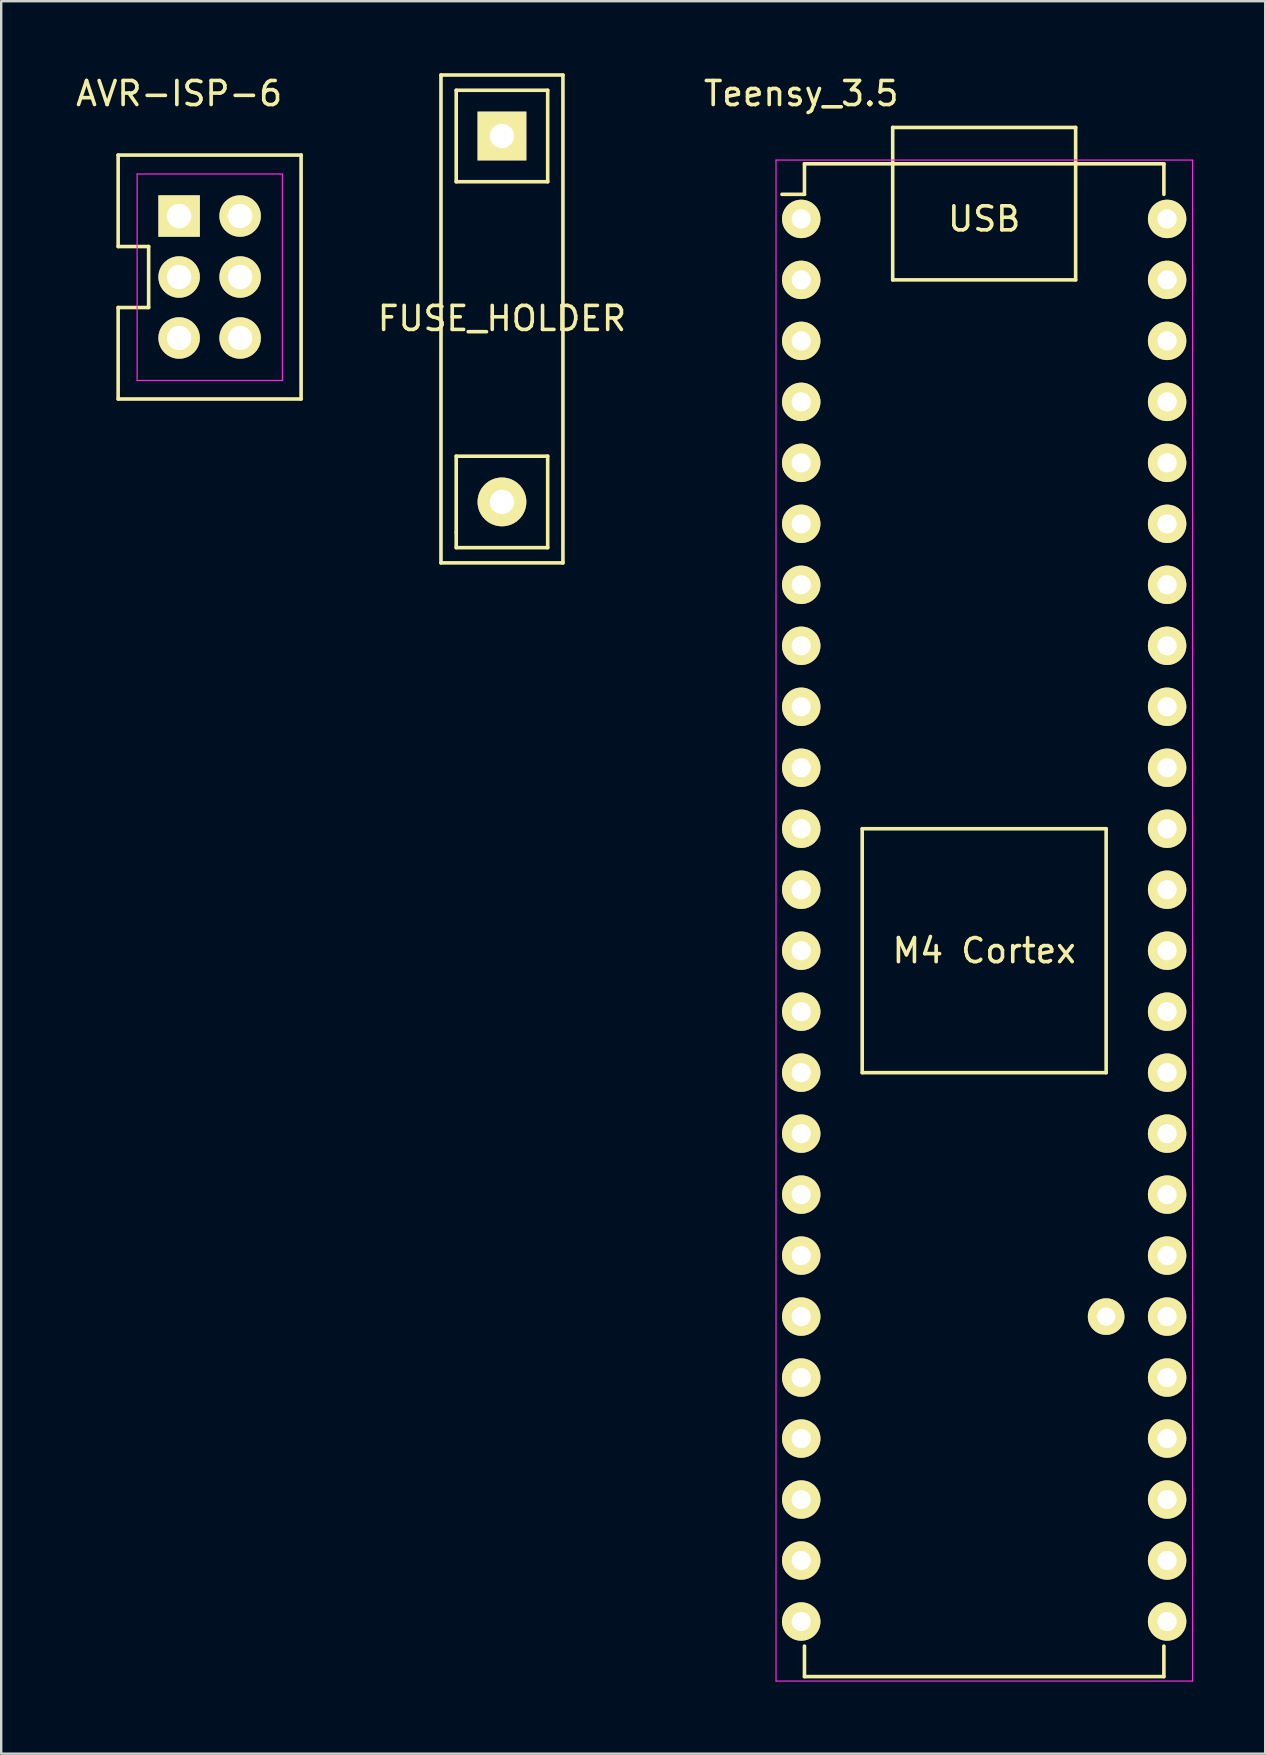
<source format=kicad_pcb>
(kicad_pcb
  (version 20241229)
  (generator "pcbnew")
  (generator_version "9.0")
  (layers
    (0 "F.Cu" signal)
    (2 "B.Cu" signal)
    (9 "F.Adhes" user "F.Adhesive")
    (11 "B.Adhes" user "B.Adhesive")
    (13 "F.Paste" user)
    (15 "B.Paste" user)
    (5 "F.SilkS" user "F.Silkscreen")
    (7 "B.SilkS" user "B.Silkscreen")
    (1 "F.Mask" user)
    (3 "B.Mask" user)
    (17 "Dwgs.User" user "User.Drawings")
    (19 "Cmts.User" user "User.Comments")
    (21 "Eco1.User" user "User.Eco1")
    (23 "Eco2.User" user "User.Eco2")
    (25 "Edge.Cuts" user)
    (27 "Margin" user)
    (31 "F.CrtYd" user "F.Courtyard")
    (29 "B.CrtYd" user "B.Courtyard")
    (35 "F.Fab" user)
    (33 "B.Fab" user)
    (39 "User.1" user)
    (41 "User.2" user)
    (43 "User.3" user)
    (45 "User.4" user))
  (footprint "FUSE_HOLDER"
    (layer "F.Cu")
    (at 17.857 15.315)
    (property "Reference" "FUSE_HOLDER" (at 0 -5.1 0) (layer "F.SilkS") (effects (font (size 1 1) (thickness 0.15))))
    (attr through_hole)
    (fp_line (start -2.54 -15.24) (end 2.54 -15.24) (stroke (width 0.15) (type solid)) (layer "F.SilkS"))
    (fp_line (start -2.54 5.08) (end -2.54 -15.24) (stroke (width 0.15) (type solid)) (layer "F.SilkS"))
    (fp_line (start -1.905 -14.605) (end -1.905 -10.795) (stroke (width 0.15) (type solid)) (layer "F.SilkS"))
    (fp_line (start -1.905 -10.795) (end 1.905 -10.795) (stroke (width 0.15) (type solid)) (layer "F.SilkS"))
    (fp_line (start -1.905 0.635) (end 1.905 0.635) (stroke (width 0.15) (type solid)) (layer "F.SilkS"))
    (fp_line (start -1.905 3.81) (end -1.905 0.635) (stroke (width 0.15) (type solid)) (layer "F.SilkS"))
    (fp_line (start -1.905 4.445) (end -1.905 3.81) (stroke (width 0.15) (type solid)) (layer "F.SilkS"))
    (fp_line (start 1.905 -14.605) (end -1.905 -14.605) (stroke (width 0.15) (type solid)) (layer "F.SilkS"))
    (fp_line (start 1.905 -10.795) (end 1.905 -14.605) (stroke (width 0.15) (type solid)) (layer "F.SilkS"))
    (fp_line (start 1.905 0.635) (end 1.905 4.445) (stroke (width 0.15) (type solid)) (layer "F.SilkS"))
    (fp_line (start 1.905 4.445) (end -1.905 4.445) (stroke (width 0.15) (type solid)) (layer "F.SilkS"))
    (fp_line (start 2.54 -15.24) (end 2.54 5.08) (stroke (width 0.15) (type solid)) (layer "F.SilkS"))
    (fp_line (start 2.54 5.08) (end -2.54 5.08) (stroke (width 0.15) (type solid)) (layer "F.SilkS"))
    (pad "1" thru_hole rect (at 0 -12.7) (size 2.032 2.032) (drill 1.016) (layers "*.Cu" "*.Mask" "F.SilkS"))
    (pad "2" thru_hole oval (at 0 2.54) (size 2.032 2.032) (drill 1.016) (layers "*.Cu" "*.Mask" "F.SilkS")))
  (footprint "Teensy_3.5"
    (layer "F.Cu")
    (at 30.322 6.068)
    (property "Reference" "Teensy_3.5" (at 0 -5.22 0) (layer "F.SilkS") (effects (font (size 1 1) (thickness 0.15))))
    (attr through_hole)
    (fp_line (start 0.135 -2.295) (end 0.135 -1.025) (stroke (width 0.15) (type solid)) (layer "F.SilkS"))
    (fp_line (start 0.135 -2.295) (end 15.105 -2.295) (stroke (width 0.15) (type solid)) (layer "F.SilkS"))
    (fp_line (start 0.135 -1.025) (end -0.8 -1.025) (stroke (width 0.15) (type solid)) (layer "F.SilkS"))
    (fp_line (start 0.135 60.715) (end 0.135 59.445) (stroke (width 0.15) (type solid)) (layer "F.SilkS"))
    (fp_line (start 0.135 60.715) (end 15.105 60.715) (stroke (width 0.15) (type solid)) (layer "F.SilkS"))
    (fp_line (start 2.54 25.4) (end 2.54 35.56) (stroke (width 0.15) (type solid)) (layer "F.SilkS"))
    (fp_line (start 2.54 35.56) (end 12.7 35.56) (stroke (width 0.15) (type solid)) (layer "F.SilkS"))
    (fp_line (start 3.81 -3.81) (end 3.81 2.54) (stroke (width 0.15) (type solid)) (layer "F.SilkS"))
    (fp_line (start 3.81 2.54) (end 11.43 2.54) (stroke (width 0.15) (type solid)) (layer "F.SilkS"))
    (fp_line (start 11.43 -3.81) (end 3.81 -3.81) (stroke (width 0.15) (type solid)) (layer "F.SilkS"))
    (fp_line (start 11.43 2.54) (end 11.43 -3.81) (stroke (width 0.15) (type solid)) (layer "F.SilkS"))
    (fp_line (start 12.7 25.4) (end 2.54 25.4) (stroke (width 0.15) (type solid)) (layer "F.SilkS"))
    (fp_line (start 12.7 25.4) (end 12.7 35.56) (stroke (width 0.15) (type solid)) (layer "F.SilkS"))
    (fp_line (start 15.105 -2.295) (end 15.105 -1.025) (stroke (width 0.15) (type solid)) (layer "F.SilkS"))
    (fp_line (start 15.105 60.715) (end 15.105 59.445) (stroke (width 0.15) (type solid)) (layer "F.SilkS"))
    (fp_line (start -1.05 -2.45) (end -1.05 60.9) (stroke (width 0.05) (type solid)) (layer "F.CrtYd"))
    (fp_line (start -1.05 -2.45) (end 16.3 -2.45) (stroke (width 0.05) (type solid)) (layer "F.CrtYd"))
    (fp_line (start -1.05 60.9) (end 16.3 60.9) (stroke (width 0.05) (type solid)) (layer "F.CrtYd"))
    (fp_line (start 16.3 -2.45) (end 16.3 60.9) (stroke (width 0.05) (type solid)) (layer "F.CrtYd"))
    (fp_text user "USB" (at 7.62 0 0) (layer "F.SilkS") (effects (font (size 1 1) (thickness 0.15))))
    (fp_text user "M4 Cortex" (at 7.62 30.48 0) (layer "F.SilkS") (effects (font (size 1 1) (thickness 0.15))))
    (pad "1" thru_hole oval (at 0 0) (size 1.6 1.6) (drill 0.8) (layers "*.Cu" "*.Mask" "F.SilkS"))
    (pad "2" thru_hole oval (at 0 2.54) (size 1.6 1.6) (drill 0.8) (layers "*.Cu" "*.Mask" "F.SilkS"))
    (pad "3" thru_hole oval (at 0 5.08) (size 1.6 1.6) (drill 0.8) (layers "*.Cu" "*.Mask" "F.SilkS"))
    (pad "4" thru_hole oval (at 0 7.62) (size 1.6 1.6) (drill 0.8) (layers "*.Cu" "*.Mask" "F.SilkS"))
    (pad "5" thru_hole oval (at 0 10.16) (size 1.6 1.6) (drill 0.8) (layers "*.Cu" "*.Mask" "F.SilkS"))
    (pad "6" thru_hole oval (at 0 12.7) (size 1.6 1.6) (drill 0.8) (layers "*.Cu" "*.Mask" "F.SilkS"))
    (pad "7" thru_hole oval (at 0 15.24) (size 1.6 1.6) (drill 0.8) (layers "*.Cu" "*.Mask" "F.SilkS"))
    (pad "8" thru_hole oval (at 0 17.78) (size 1.6 1.6) (drill 0.8) (layers "*.Cu" "*.Mask" "F.SilkS"))
    (pad "9" thru_hole oval (at 0 20.32) (size 1.6 1.6) (drill 0.8) (layers "*.Cu" "*.Mask" "F.SilkS"))
    (pad "10" thru_hole oval (at 0 22.86) (size 1.6 1.6) (drill 0.8) (layers "*.Cu" "*.Mask" "F.SilkS"))
    (pad "11" thru_hole oval (at 0 25.4) (size 1.6 1.6) (drill 0.8) (layers "*.Cu" "*.Mask" "F.SilkS"))
    (pad "12" thru_hole oval (at 0 27.94) (size 1.6 1.6) (drill 0.8) (layers "*.Cu" "*.Mask" "F.SilkS"))
    (pad "13" thru_hole oval (at 0 30.48) (size 1.6 1.6) (drill 0.8) (layers "*.Cu" "*.Mask" "F.SilkS"))
    (pad "14" thru_hole oval (at 0 33.02) (size 1.6 1.6) (drill 0.8) (layers "*.Cu" "*.Mask" "F.SilkS"))
    (pad "15" thru_hole oval (at 0 35.56) (size 1.6 1.6) (drill 0.8) (layers "*.Cu" "*.Mask" "F.SilkS"))
    (pad "16" thru_hole oval (at 0 38.1) (size 1.6 1.6) (drill 0.8) (layers "*.Cu" "*.Mask" "F.SilkS"))
    (pad "17" thru_hole oval (at 0 40.64) (size 1.6 1.6) (drill 0.8) (layers "*.Cu" "*.Mask" "F.SilkS"))
    (pad "18" thru_hole oval (at 0 43.18) (size 1.6 1.6) (drill 0.8) (layers "*.Cu" "*.Mask" "F.SilkS"))
    (pad "19" thru_hole oval (at 0 45.72) (size 1.6 1.6) (drill 0.8) (layers "*.Cu" "*.Mask" "F.SilkS"))
    (pad "20" thru_hole oval (at 0 48.26) (size 1.6 1.6) (drill 0.8) (layers "*.Cu" "*.Mask" "F.SilkS"))
    (pad "21" thru_hole oval (at 0 50.8) (size 1.6 1.6) (drill 0.8) (layers "*.Cu" "*.Mask" "F.SilkS"))
    (pad "22" thru_hole oval (at 0 53.34) (size 1.6 1.6) (drill 0.8) (layers "*.Cu" "*.Mask" "F.SilkS"))
    (pad "23" thru_hole oval (at 0 55.88) (size 1.6 1.6) (drill 0.8) (layers "*.Cu" "*.Mask" "F.SilkS"))
    (pad "24" thru_hole oval (at 0 58.42) (size 1.6 1.6) (drill 0.8) (layers "*.Cu" "*.Mask" "F.SilkS"))
    (pad "25" thru_hole oval (at 15.24 58.42) (size 1.6 1.6) (drill 0.8) (layers "*.Cu" "*.Mask" "F.SilkS"))
    (pad "26" thru_hole oval (at 15.24 55.88) (size 1.6 1.6) (drill 0.8) (layers "*.Cu" "*.Mask" "F.SilkS"))
    (pad "27" thru_hole oval (at 15.24 53.34) (size 1.6 1.6) (drill 0.8) (layers "*.Cu" "*.Mask" "F.SilkS"))
    (pad "28" thru_hole oval (at 15.24 50.8) (size 1.6 1.6) (drill 0.8) (layers "*.Cu" "*.Mask" "F.SilkS"))
    (pad "29" thru_hole oval (at 15.24 48.26) (size 1.6 1.6) (drill 0.8) (layers "*.Cu" "*.Mask" "F.SilkS"))
    (pad "30" thru_hole oval (at 15.24 45.72) (size 1.6 1.6) (drill 0.8) (layers "*.Cu" "*.Mask" "F.SilkS"))
    (pad "31" thru_hole oval (at 15.24 43.18) (size 1.6 1.6) (drill 0.8) (layers "*.Cu" "*.Mask" "F.SilkS"))
    (pad "32" thru_hole oval (at 15.24 40.64) (size 1.6 1.6) (drill 0.8) (layers "*.Cu" "*.Mask" "F.SilkS"))
    (pad "33" thru_hole oval (at 15.24 38.1) (size 1.6 1.6) (drill 0.8) (layers "*.Cu" "*.Mask" "F.SilkS"))
    (pad "34" thru_hole oval (at 15.24 35.56) (size 1.6 1.6) (drill 0.8) (layers "*.Cu" "*.Mask" "F.SilkS"))
    (pad "35" thru_hole oval (at 15.24 33.02) (size 1.6 1.6) (drill 0.8) (layers "*.Cu" "*.Mask" "F.SilkS"))
    (pad "36" thru_hole oval (at 15.24 30.48) (size 1.6 1.6) (drill 0.8) (layers "*.Cu" "*.Mask" "F.SilkS"))
    (pad "37" thru_hole oval (at 15.24 27.94) (size 1.6 1.6) (drill 0.8) (layers "*.Cu" "*.Mask" "F.SilkS"))
    (pad "38" thru_hole oval (at 15.24 25.4) (size 1.6 1.6) (drill 0.8) (layers "*.Cu" "*.Mask" "F.SilkS"))
    (pad "39" thru_hole oval (at 15.24 22.86) (size 1.6 1.6) (drill 0.8) (layers "*.Cu" "*.Mask" "F.SilkS"))
    (pad "40" thru_hole oval (at 15.24 20.32) (size 1.6 1.6) (drill 0.8) (layers "*.Cu" "*.Mask" "F.SilkS"))
    (pad "41" thru_hole oval (at 15.24 17.78) (size 1.6 1.6) (drill 0.8) (layers "*.Cu" "*.Mask" "F.SilkS"))
    (pad "42" thru_hole oval (at 15.24 15.24) (size 1.6 1.6) (drill 0.8) (layers "*.Cu" "*.Mask" "F.SilkS"))
    (pad "43" thru_hole oval (at 15.24 12.7) (size 1.6 1.6) (drill 0.8) (layers "*.Cu" "*.Mask" "F.SilkS"))
    (pad "44" thru_hole oval (at 15.24 10.16) (size 1.6 1.6) (drill 0.8) (layers "*.Cu" "*.Mask" "F.SilkS"))
    (pad "45" thru_hole oval (at 15.24 7.62) (size 1.6 1.6) (drill 0.8) (layers "*.Cu" "*.Mask" "F.SilkS"))
    (pad "46" thru_hole oval (at 15.24 5.08) (size 1.6 1.6) (drill 0.8) (layers "*.Cu" "*.Mask" "F.SilkS"))
    (pad "47" thru_hole oval (at 15.24 2.54) (size 1.6 1.6) (drill 0.8) (layers "*.Cu" "*.Mask" "F.SilkS"))
    (pad "48" thru_hole oval (at 15.24 0) (size 1.6 1.6) (drill 0.8) (layers "*.Cu" "*.Mask" "F.SilkS"))
    (pad "49" thru_hole circle (at 12.7 45.72) (size 1.524 1.524) (drill 0.762) (layers "*.Cu" "*.Mask" "F.SilkS")))
  (footprint "AVR-ISP-6"
    (layer "F.Cu")
    (at 4.411 5.948)
    (property "Reference" "AVR-ISP-6" (at 0 -5.1 0) (layer "F.SilkS") (effects (font (size 1 1) (thickness 0.15))))
    (attr through_hole)
    (fp_line (start -2.54 -2.54) (end -2.54 1.27) (stroke (width 0.15) (type solid)) (layer "F.SilkS"))
    (fp_line (start -2.54 -2.54) (end 5.08 -2.54) (stroke (width 0.15) (type solid)) (layer "F.SilkS"))
    (fp_line (start -2.54 1.27) (end -1.27 1.27) (stroke (width 0.15) (type solid)) (layer "F.SilkS"))
    (fp_line (start -2.54 3.81) (end -2.54 7.62) (stroke (width 0.15) (type solid)) (layer "F.SilkS"))
    (fp_line (start -2.54 7.62) (end 5.08 7.62) (stroke (width 0.15) (type solid)) (layer "F.SilkS"))
    (fp_line (start -1.27 1.27) (end -1.27 3.81) (stroke (width 0.15) (type solid)) (layer "F.SilkS"))
    (fp_line (start -1.27 3.81) (end -2.54 3.81) (stroke (width 0.15) (type solid)) (layer "F.SilkS"))
    (fp_line (start 5.08 7.62) (end 5.08 -2.54) (stroke (width 0.15) (type solid)) (layer "F.SilkS"))
    (fp_line (start -1.75 -1.75) (end -1.75 6.85) (stroke (width 0.05) (type solid)) (layer "F.CrtYd"))
    (fp_line (start -1.75 -1.75) (end 4.3 -1.75) (stroke (width 0.05) (type solid)) (layer "F.CrtYd"))
    (fp_line (start -1.75 6.85) (end 4.3 6.85) (stroke (width 0.05) (type solid)) (layer "F.CrtYd"))
    (fp_line (start 4.3 -1.75) (end 4.3 6.85) (stroke (width 0.05) (type solid)) (layer "F.CrtYd"))
    (fp_text user "SCk" (at 0 2.54 0) (layer "F.SilkS") (effects (font (size 0.2 0.2) (thickness 0.05))))
    (fp_text user "MOSI" (at 2.54 2.54 0) (layer "F.SilkS") (effects (font (size 0.2 0.2) (thickness 0.05))))
    (fp_text user "RST" (at 0 5.08 0) (layer "F.SilkS") (effects (font (size 0.2 0.2) (thickness 0.05))))
    (fp_text user "VDD" (at 2.54 0 0) (layer "F.SilkS") (effects (font (size 0.2 0.2) (thickness 0.05))))
    (fp_text user "MISO" (at 0 0 0) (layer "F.SilkS") (effects (font (size 0.2 0.2) (thickness 0.05))))
    (fp_text user "GND" (at 2.54 5.08 0) (layer "F.SilkS") (effects (font (size 0.2 0.2) (thickness 0.05))))
    (pad "1" thru_hole rect (at 0 0) (size 1.727 1.727) (drill 1.016) (layers "*.Cu" "*.Mask" "F.SilkS"))
    (pad "2" thru_hole oval (at 2.54 0) (size 1.727 1.727) (drill 1.016) (layers "*.Cu" "*.Mask" "F.SilkS"))
    (pad "3" thru_hole oval (at 0 2.54) (size 1.727 1.727) (drill 1.016) (layers "*.Cu" "*.Mask" "F.SilkS"))
    (pad "4" thru_hole oval (at 2.54 2.54) (size 1.727 1.727) (drill 1.016) (layers "*.Cu" "*.Mask" "F.SilkS"))
    (pad "5" thru_hole oval (at 0 5.08) (size 1.727 1.727) (drill 1.016) (layers "*.Cu" "*.Mask" "F.SilkS"))
    (pad "6" thru_hole oval (at 2.54 5.08) (size 1.727 1.727) (drill 1.016) (layers "*.Cu" "*.Mask" "F.SilkS")))
  (gr_rect
    (start -3 -3)
    (end 49.647 69.993)
    (stroke (width 0.1) (type default))
    (fill no)
    (layer "Edge.Cuts")))
</source>
